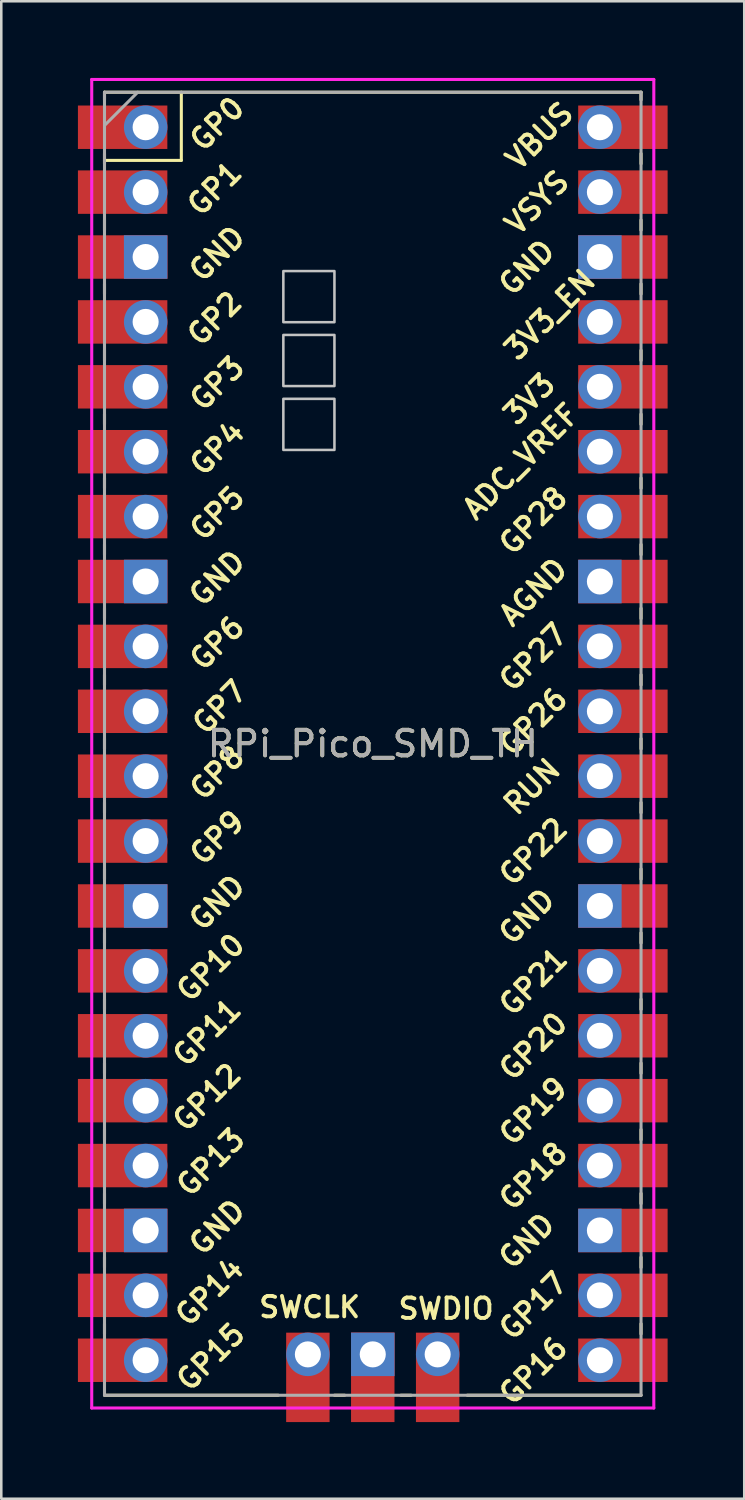
<source format=kicad_pcb>
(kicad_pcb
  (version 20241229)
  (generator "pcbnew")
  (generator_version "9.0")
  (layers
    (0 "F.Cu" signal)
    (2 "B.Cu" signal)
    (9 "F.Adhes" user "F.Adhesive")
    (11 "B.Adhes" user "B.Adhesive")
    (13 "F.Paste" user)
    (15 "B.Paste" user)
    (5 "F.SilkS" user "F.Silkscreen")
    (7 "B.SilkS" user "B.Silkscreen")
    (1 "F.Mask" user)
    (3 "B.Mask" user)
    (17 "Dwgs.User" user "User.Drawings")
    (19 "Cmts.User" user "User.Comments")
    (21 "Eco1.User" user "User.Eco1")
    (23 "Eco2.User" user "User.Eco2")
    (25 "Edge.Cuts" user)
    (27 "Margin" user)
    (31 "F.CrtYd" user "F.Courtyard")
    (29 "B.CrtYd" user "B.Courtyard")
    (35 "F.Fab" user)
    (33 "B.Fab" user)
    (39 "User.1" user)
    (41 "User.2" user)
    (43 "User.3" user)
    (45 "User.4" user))
  (footprint "RPi_Pico_SMD_TH"
    (layer "F.Cu")
    (at 11.54 26.06)
    (property "Reference" "RPi_Pico_SMD_TH" (at 0 0 180) (layer "F.SilkS") (effects (font (size 1 1) (thickness 0.15))))
    (attr through_hole)
    (fp_line (start -10.5 -25.5) (end -10.5 -25.2) (stroke (width 0.12) (type solid)) (layer "F.SilkS"))
    (fp_line (start -10.5 -25.5) (end 10.5 -25.5) (stroke (width 0.12) (type solid)) (layer "F.SilkS"))
    (fp_line (start -10.5 -23.1) (end -10.5 -22.7) (stroke (width 0.12) (type solid)) (layer "F.SilkS"))
    (fp_line (start -10.5 -22.833) (end -7.493 -22.833) (stroke (width 0.12) (type solid)) (layer "F.SilkS"))
    (fp_line (start -10.5 -20.5) (end -10.5 -20.1) (stroke (width 0.12) (type solid)) (layer "F.SilkS"))
    (fp_line (start -10.5 -18) (end -10.5 -17.6) (stroke (width 0.12) (type solid)) (layer "F.SilkS"))
    (fp_line (start -10.5 -15.4) (end -10.5 -15) (stroke (width 0.12) (type solid)) (layer "F.SilkS"))
    (fp_line (start -10.5 -12.9) (end -10.5 -12.5) (stroke (width 0.12) (type solid)) (layer "F.SilkS"))
    (fp_line (start -10.5 -10.4) (end -10.5 -10) (stroke (width 0.12) (type solid)) (layer "F.SilkS"))
    (fp_line (start -10.5 -7.8) (end -10.5 -7.4) (stroke (width 0.12) (type solid)) (layer "F.SilkS"))
    (fp_line (start -10.5 -5.3) (end -10.5 -4.9) (stroke (width 0.12) (type solid)) (layer "F.SilkS"))
    (fp_line (start -10.5 -2.7) (end -10.5 -2.3) (stroke (width 0.12) (type solid)) (layer "F.SilkS"))
    (fp_line (start -10.5 -0.2) (end -10.5 0.2) (stroke (width 0.12) (type solid)) (layer "F.SilkS"))
    (fp_line (start -10.5 2.3) (end -10.5 2.7) (stroke (width 0.12) (type solid)) (layer "F.SilkS"))
    (fp_line (start -10.5 4.9) (end -10.5 5.3) (stroke (width 0.12) (type solid)) (layer "F.SilkS"))
    (fp_line (start -10.5 7.4) (end -10.5 7.8) (stroke (width 0.12) (type solid)) (layer "F.SilkS"))
    (fp_line (start -10.5 10) (end -10.5 10.4) (stroke (width 0.12) (type solid)) (layer "F.SilkS"))
    (fp_line (start -10.5 12.5) (end -10.5 12.9) (stroke (width 0.12) (type solid)) (layer "F.SilkS"))
    (fp_line (start -10.5 15.1) (end -10.5 15.5) (stroke (width 0.12) (type solid)) (layer "F.SilkS"))
    (fp_line (start -10.5 17.6) (end -10.5 18) (stroke (width 0.12) (type solid)) (layer "F.SilkS"))
    (fp_line (start -10.5 20.1) (end -10.5 20.5) (stroke (width 0.12) (type solid)) (layer "F.SilkS"))
    (fp_line (start -10.5 22.7) (end -10.5 23.1) (stroke (width 0.12) (type solid)) (layer "F.SilkS"))
    (fp_line (start -7.493 -22.833) (end -7.493 -25.5) (stroke (width 0.12) (type solid)) (layer "F.SilkS"))
    (fp_line (start -3.7 25.5) (end -10.5 25.5) (stroke (width 0.12) (type solid)) (layer "F.SilkS"))
    (fp_line (start -1.5 25.5) (end -1.1 25.5) (stroke (width 0.12) (type solid)) (layer "F.SilkS"))
    (fp_line (start 1.1 25.5) (end 1.5 25.5) (stroke (width 0.12) (type solid)) (layer "F.SilkS"))
    (fp_line (start 10.5 -25.5) (end 10.5 -25.2) (stroke (width 0.12) (type solid)) (layer "F.SilkS"))
    (fp_line (start 10.5 -23.1) (end 10.5 -22.7) (stroke (width 0.12) (type solid)) (layer "F.SilkS"))
    (fp_line (start 10.5 -20.5) (end 10.5 -20.1) (stroke (width 0.12) (type solid)) (layer "F.SilkS"))
    (fp_line (start 10.5 -18) (end 10.5 -17.6) (stroke (width 0.12) (type solid)) (layer "F.SilkS"))
    (fp_line (start 10.5 -15.4) (end 10.5 -15) (stroke (width 0.12) (type solid)) (layer "F.SilkS"))
    (fp_line (start 10.5 -12.9) (end 10.5 -12.5) (stroke (width 0.12) (type solid)) (layer "F.SilkS"))
    (fp_line (start 10.5 -10.4) (end 10.5 -10) (stroke (width 0.12) (type solid)) (layer "F.SilkS"))
    (fp_line (start 10.5 -7.8) (end 10.5 -7.4) (stroke (width 0.12) (type solid)) (layer "F.SilkS"))
    (fp_line (start 10.5 -5.3) (end 10.5 -4.9) (stroke (width 0.12) (type solid)) (layer "F.SilkS"))
    (fp_line (start 10.5 -2.7) (end 10.5 -2.3) (stroke (width 0.12) (type solid)) (layer "F.SilkS"))
    (fp_line (start 10.5 -0.2) (end 10.5 0.2) (stroke (width 0.12) (type solid)) (layer "F.SilkS"))
    (fp_line (start 10.5 2.3) (end 10.5 2.7) (stroke (width 0.12) (type solid)) (layer "F.SilkS"))
    (fp_line (start 10.5 4.9) (end 10.5 5.3) (stroke (width 0.12) (type solid)) (layer "F.SilkS"))
    (fp_line (start 10.5 7.4) (end 10.5 7.8) (stroke (width 0.12) (type solid)) (layer "F.SilkS"))
    (fp_line (start 10.5 10) (end 10.5 10.4) (stroke (width 0.12) (type solid)) (layer "F.SilkS"))
    (fp_line (start 10.5 12.5) (end 10.5 12.9) (stroke (width 0.12) (type solid)) (layer "F.SilkS"))
    (fp_line (start 10.5 15.1) (end 10.5 15.5) (stroke (width 0.12) (type solid)) (layer "F.SilkS"))
    (fp_line (start 10.5 17.6) (end 10.5 18) (stroke (width 0.12) (type solid)) (layer "F.SilkS"))
    (fp_line (start 10.5 20.1) (end 10.5 20.5) (stroke (width 0.12) (type solid)) (layer "F.SilkS"))
    (fp_line (start 10.5 22.7) (end 10.5 23.1) (stroke (width 0.12) (type solid)) (layer "F.SilkS"))
    (fp_line (start 10.5 25.5) (end 3.7 25.5) (stroke (width 0.12) (type solid)) (layer "F.SilkS"))
    (fp_poly (pts (xy -1.5 -16.5) (xy -3.5 -16.5) (xy -3.5 -18.5) (xy -1.5 -18.5)) (stroke (width 0.1) (type solid)) (fill no) (layer "Dwgs.User"))
    (fp_poly (pts (xy -1.5 -14) (xy -3.5 -14) (xy -3.5 -16) (xy -1.5 -16)) (stroke (width 0.1) (type solid)) (fill no) (layer "Dwgs.User"))
    (fp_poly (pts (xy -1.5 -11.5) (xy -3.5 -11.5) (xy -3.5 -13.5) (xy -1.5 -13.5)) (stroke (width 0.1) (type solid)) (fill no) (layer "Dwgs.User"))
    (fp_line (start -11 -26) (end 11 -26) (stroke (width 0.12) (type solid)) (layer "F.CrtYd"))
    (fp_line (start -11 26) (end -11 -26) (stroke (width 0.12) (type solid)) (layer "F.CrtYd"))
    (fp_line (start 11 -26) (end 11 26) (stroke (width 0.12) (type solid)) (layer "F.CrtYd"))
    (fp_line (start 11 26) (end -11 26) (stroke (width 0.12) (type solid)) (layer "F.CrtYd"))
    (fp_line (start -10.5 -25.5) (end 10.5 -25.5) (stroke (width 0.12) (type solid)) (layer "F.Fab"))
    (fp_line (start -10.5 -24.2) (end -9.2 -25.5) (stroke (width 0.12) (type solid)) (layer "F.Fab"))
    (fp_line (start -10.5 25.5) (end -10.5 -25.5) (stroke (width 0.12) (type solid)) (layer "F.Fab"))
    (fp_line (start 10.5 -25.5) (end 10.5 25.5) (stroke (width 0.12) (type solid)) (layer "F.Fab"))
    (fp_line (start 10.5 25.5) (end -10.5 25.5) (stroke (width 0.12) (type solid)) (layer "F.Fab"))
    (fp_text user "GP20" (at 6.284 11.84 45) (layer "F.SilkS") (effects (font (size 0.8 0.8) (thickness 0.15))))
    (fp_text user "GP12" (at -6.49 13.84 45) (layer "F.SilkS") (effects (font (size 0.8 0.8) (thickness 0.15))))
    (fp_text user "VBUS" (at 6.53 -23.79 45) (layer "F.SilkS") (effects (font (size 0.8 0.8) (thickness 0.15))))
    (fp_text user "AGND" (at 6.284 -5.94 45) (layer "F.SilkS") (effects (font (size 0.8 0.8) (thickness 0.15))))
    (fp_text user "GND" (at 6.03 6.76 45) (layer "F.SilkS") (effects (font (size 0.8 0.8) (thickness 0.15))))
    (fp_text user "3V3" (at 6.13 -13.49 45) (layer "F.SilkS") (effects (font (size 0.8 0.8) (thickness 0.15))))
    (fp_text user "GP22" (at 6.284 4.22 45) (layer "F.SilkS") (effects (font (size 0.8 0.8) (thickness 0.15))))
    (fp_text user "SWCLK" (at -2.47 22.05 180) (layer "F.SilkS") (effects (font (size 0.8 0.8) (thickness 0.15))))
    (fp_text user "GND" (at -6.09 6.22 45) (layer "F.SilkS") (effects (font (size 0.8 0.8) (thickness 0.15))))
    (fp_text user "GND" (at -6.09 -6.48 45) (layer "F.SilkS") (effects (font (size 0.8 0.8) (thickness 0.15))))
    (fp_text user "GP15" (at -6.344 24 45) (layer "F.SilkS") (effects (font (size 0.8 0.8) (thickness 0.15))))
    (fp_text user "GP6" (at -6.09 -3.94 45) (layer "F.SilkS") (effects (font (size 0.8 0.8) (thickness 0.15))))
    (fp_text user "GP17" (at 6.284 22 45) (layer "F.SilkS") (effects (font (size 0.8 0.8) (thickness 0.15))))
    (fp_text user "GP0" (at -6.09 -24.26 45) (layer "F.SilkS") (effects (font (size 0.8 0.8) (thickness 0.15))))
    (fp_text user "GP9" (at -6.09 3.68 45) (layer "F.SilkS") (effects (font (size 0.8 0.8) (thickness 0.15))))
    (fp_text user "GP27" (at 6.284 -3.39 45) (layer "F.SilkS") (effects (font (size 0.8 0.8) (thickness 0.15))))
    (fp_text user "GP4" (at -6.09 -11.56 45) (layer "F.SilkS") (effects (font (size 0.8 0.8) (thickness 0.15))))
    (fp_text user "GP5" (at -6.09 -9.02 45) (layer "F.SilkS") (effects (font (size 0.8 0.8) (thickness 0.15))))
    (fp_text user "GP21" (at 6.284 9.31 45) (layer "F.SilkS") (effects (font (size 0.8 0.8) (thickness 0.15))))
    (fp_text user "3V3_EN" (at 6.93 -16.79 45) (layer "F.SilkS") (effects (font (size 0.8 0.8) (thickness 0.15))))
    (fp_text user "SWDIO" (at 2.87 22.11 180) (layer "F.SilkS") (effects (font (size 0.8 0.8) (thickness 0.15))))
    (fp_text user "GP19" (at 6.284 14.38 45) (layer "F.SilkS") (effects (font (size 0.8 0.8) (thickness 0.15))))
    (fp_text user "GP8" (at -6.09 1.14 45) (layer "F.SilkS") (effects (font (size 0.8 0.8) (thickness 0.15))))
    (fp_text user "GND" (at 6.03 19.46 45) (layer "F.SilkS") (effects (font (size 0.8 0.8) (thickness 0.15))))
    (fp_text user "GP13" (at -6.344 16.38 45) (layer "F.SilkS") (effects (font (size 0.8 0.8) (thickness 0.15))))
    (fp_text user "RUN" (at 6.23 1.68 45) (layer "F.SilkS") (effects (font (size 0.8 0.8) (thickness 0.15))))
    (fp_text user "GP16" (at 6.284 24.54 45) (layer "F.SilkS") (effects (font (size 0.8 0.8) (thickness 0.15))))
    (fp_text user "GP10" (at -6.344 8.76 45) (layer "F.SilkS") (effects (font (size 0.8 0.8) (thickness 0.15))))
    (fp_text user "GND" (at -6.09 18.92 45) (layer "F.SilkS") (effects (font (size 0.8 0.8) (thickness 0.15))))
    (fp_text user "ADC_VREF" (at 5.8 -11.05 45) (layer "F.SilkS") (effects (font (size 0.8 0.8) (thickness 0.15))))
    (fp_text user "GP28" (at 6.284 -8.734 45) (layer "F.SilkS") (effects (font (size 0.8 0.8) (thickness 0.15))))
    (fp_text user "GND" (at -6.09 -19.18 45) (layer "F.SilkS") (effects (font (size 0.8 0.8) (thickness 0.15))))
    (fp_text user "GP3" (at -6.09 -14.1 45) (layer "F.SilkS") (effects (font (size 0.8 0.8) (thickness 0.15))))
    (fp_text user "GP2" (at -6.19 -16.64 45) (layer "F.SilkS") (effects (font (size 0.8 0.8) (thickness 0.15))))
    (fp_text user "GP1" (at -6.19 -21.73 45) (layer "F.SilkS") (effects (font (size 0.8 0.8) (thickness 0.15))))
    (fp_text user "VSYS" (at 6.43 -21.18 45) (layer "F.SilkS") (effects (font (size 0.8 0.8) (thickness 0.15))))
    (fp_text user "GP11" (at -6.49 11.3 45) (layer "F.SilkS") (effects (font (size 0.8 0.8) (thickness 0.15))))
    (fp_text user "GP26" (at 6.284 -0.86 45) (layer "F.SilkS") (effects (font (size 0.8 0.8) (thickness 0.15))))
    (fp_text user "GP18" (at 6.284 16.92 45) (layer "F.SilkS") (effects (font (size 0.8 0.8) (thickness 0.15))))
    (fp_text user "GP7" (at -5.99 -1.43 45) (layer "F.SilkS") (effects (font (size 0.8 0.8) (thickness 0.15))))
    (fp_text user "GND" (at 6.03 -18.64 45) (layer "F.SilkS") (effects (font (size 0.8 0.8) (thickness 0.15))))
    (fp_text user "GP14" (at -6.39 21.46 45) (layer "F.SilkS") (effects (font (size 0.8 0.8) (thickness 0.15))))
    (fp_text user "${REFERENCE}" (at 0 0 0) (layer "F.Fab") (effects (font (size 1 1) (thickness 0.15))))
    (pad "1" thru_hole oval (at -8.89 -24.13) (size 1.7 1.7) (drill 1.02) (layers "*.Cu" "*.Mask"))
    (pad "1" smd rect (at -8.89 -24.13) (size 3.5 1.7) (drill (offset -0.9 0)) (layers "F.Cu" "F.Mask"))
    (pad "2" thru_hole oval (at -8.89 -21.59) (size 1.7 1.7) (drill 1.02) (layers "*.Cu" "*.Mask"))
    (pad "2" smd rect (at -8.89 -21.59) (size 3.5 1.7) (drill (offset -0.9 0)) (layers "F.Cu" "F.Mask"))
    (pad "3" thru_hole rect (at -8.89 -19.05) (size 1.7 1.7) (drill 1.02) (layers "*.Cu" "*.Mask"))
    (pad "3" smd rect (at -8.89 -19.05) (size 3.5 1.7) (drill (offset -0.9 0)) (layers "F.Cu" "F.Mask"))
    (pad "4" thru_hole oval (at -8.89 -16.51) (size 1.7 1.7) (drill 1.02) (layers "*.Cu" "*.Mask"))
    (pad "4" smd rect (at -8.89 -16.51) (size 3.5 1.7) (drill (offset -0.9 0)) (layers "F.Cu" "F.Mask"))
    (pad "5" thru_hole oval (at -8.89 -13.97) (size 1.7 1.7) (drill 1.02) (layers "*.Cu" "*.Mask"))
    (pad "5" smd rect (at -8.89 -13.97) (size 3.5 1.7) (drill (offset -0.9 0)) (layers "F.Cu" "F.Mask"))
    (pad "6" thru_hole oval (at -8.89 -11.43) (size 1.7 1.7) (drill 1.02) (layers "*.Cu" "*.Mask"))
    (pad "6" smd rect (at -8.89 -11.43) (size 3.5 1.7) (drill (offset -0.9 0)) (layers "F.Cu" "F.Mask"))
    (pad "7" thru_hole oval (at -8.89 -8.89) (size 1.7 1.7) (drill 1.02) (layers "*.Cu" "*.Mask"))
    (pad "7" smd rect (at -8.89 -8.89) (size 3.5 1.7) (drill (offset -0.9 0)) (layers "F.Cu" "F.Mask"))
    (pad "8" thru_hole rect (at -8.89 -6.35) (size 1.7 1.7) (drill 1.02) (layers "*.Cu" "*.Mask"))
    (pad "8" smd rect (at -8.89 -6.35) (size 3.5 1.7) (drill (offset -0.9 0)) (layers "F.Cu" "F.Mask"))
    (pad "9" thru_hole oval (at -8.89 -3.81) (size 1.7 1.7) (drill 1.02) (layers "*.Cu" "*.Mask"))
    (pad "9" smd rect (at -8.89 -3.81) (size 3.5 1.7) (drill (offset -0.9 0)) (layers "F.Cu" "F.Mask"))
    (pad "10" thru_hole oval (at -8.89 -1.27) (size 1.7 1.7) (drill 1.02) (layers "*.Cu" "*.Mask"))
    (pad "10" smd rect (at -8.89 -1.27) (size 3.5 1.7) (drill (offset -0.9 0)) (layers "F.Cu" "F.Mask"))
    (pad "11" thru_hole oval (at -8.89 1.27) (size 1.7 1.7) (drill 1.02) (layers "*.Cu" "*.Mask"))
    (pad "11" smd rect (at -8.89 1.27) (size 3.5 1.7) (drill (offset -0.9 0)) (layers "F.Cu" "F.Mask"))
    (pad "12" thru_hole oval (at -8.89 3.81) (size 1.7 1.7) (drill 1.02) (layers "*.Cu" "*.Mask"))
    (pad "12" smd rect (at -8.89 3.81) (size 3.5 1.7) (drill (offset -0.9 0)) (layers "F.Cu" "F.Mask"))
    (pad "13" thru_hole rect (at -8.89 6.35) (size 1.7 1.7) (drill 1.02) (layers "*.Cu" "*.Mask"))
    (pad "13" smd rect (at -8.89 6.35) (size 3.5 1.7) (drill (offset -0.9 0)) (layers "F.Cu" "F.Mask"))
    (pad "14" thru_hole oval (at -8.89 8.89) (size 1.7 1.7) (drill 1.02) (layers "*.Cu" "*.Mask"))
    (pad "14" smd rect (at -8.89 8.89) (size 3.5 1.7) (drill (offset -0.9 0)) (layers "F.Cu" "F.Mask"))
    (pad "15" thru_hole oval (at -8.89 11.43) (size 1.7 1.7) (drill 1.02) (layers "*.Cu" "*.Mask"))
    (pad "15" smd rect (at -8.89 11.43) (size 3.5 1.7) (drill (offset -0.9 0)) (layers "F.Cu" "F.Mask"))
    (pad "16" thru_hole oval (at -8.89 13.97) (size 1.7 1.7) (drill 1.02) (layers "*.Cu" "*.Mask"))
    (pad "16" smd rect (at -8.89 13.97) (size 3.5 1.7) (drill (offset -0.9 0)) (layers "F.Cu" "F.Mask"))
    (pad "17" thru_hole oval (at -8.89 16.51) (size 1.7 1.7) (drill 1.02) (layers "*.Cu" "*.Mask"))
    (pad "17" smd rect (at -8.89 16.51) (size 3.5 1.7) (drill (offset -0.9 0)) (layers "F.Cu" "F.Mask"))
    (pad "18" thru_hole rect (at -8.89 19.05) (size 1.7 1.7) (drill 1.02) (layers "*.Cu" "*.Mask"))
    (pad "18" smd rect (at -8.89 19.05) (size 3.5 1.7) (drill (offset -0.9 0)) (layers "F.Cu" "F.Mask"))
    (pad "19" thru_hole oval (at -8.89 21.59) (size 1.7 1.7) (drill 1.02) (layers "*.Cu" "*.Mask"))
    (pad "19" smd rect (at -8.89 21.59) (size 3.5 1.7) (drill (offset -0.9 0)) (layers "F.Cu" "F.Mask"))
    (pad "20" thru_hole oval (at -8.89 24.13) (size 1.7 1.7) (drill 1.02) (layers "*.Cu" "*.Mask"))
    (pad "20" smd rect (at -8.89 24.13) (size 3.5 1.7) (drill (offset -0.9 0)) (layers "F.Cu" "F.Mask"))
    (pad "21" thru_hole oval (at 8.89 24.13) (size 1.7 1.7) (drill 1.02) (layers "*.Cu" "*.Mask"))
    (pad "21" smd rect (at 8.89 24.13) (size 3.5 1.7) (drill (offset 0.9 0)) (layers "F.Cu" "F.Mask"))
    (pad "22" thru_hole oval (at 8.89 21.59) (size 1.7 1.7) (drill 1.02) (layers "*.Cu" "*.Mask"))
    (pad "22" smd rect (at 8.89 21.59) (size 3.5 1.7) (drill (offset 0.9 0)) (layers "F.Cu" "F.Mask"))
    (pad "23" thru_hole rect (at 8.89 19.05) (size 1.7 1.7) (drill 1.02) (layers "*.Cu" "*.Mask"))
    (pad "23" smd rect (at 8.89 19.05) (size 3.5 1.7) (drill (offset 0.9 0)) (layers "F.Cu" "F.Mask"))
    (pad "24" thru_hole oval (at 8.89 16.51) (size 1.7 1.7) (drill 1.02) (layers "*.Cu" "*.Mask"))
    (pad "24" smd rect (at 8.89 16.51) (size 3.5 1.7) (drill (offset 0.9 0)) (layers "F.Cu" "F.Mask"))
    (pad "25" thru_hole oval (at 8.89 13.97) (size 1.7 1.7) (drill 1.02) (layers "*.Cu" "*.Mask"))
    (pad "25" smd rect (at 8.89 13.97) (size 3.5 1.7) (drill (offset 0.9 0)) (layers "F.Cu" "F.Mask"))
    (pad "26" thru_hole oval (at 8.89 11.43) (size 1.7 1.7) (drill 1.02) (layers "*.Cu" "*.Mask"))
    (pad "26" smd rect (at 8.89 11.43) (size 3.5 1.7) (drill (offset 0.9 0)) (layers "F.Cu" "F.Mask"))
    (pad "27" thru_hole oval (at 8.89 8.89) (size 1.7 1.7) (drill 1.02) (layers "*.Cu" "*.Mask"))
    (pad "27" smd rect (at 8.89 8.89) (size 3.5 1.7) (drill (offset 0.9 0)) (layers "F.Cu" "F.Mask"))
    (pad "28" thru_hole rect (at 8.89 6.35) (size 1.7 1.7) (drill 1.02) (layers "*.Cu" "*.Mask"))
    (pad "28" smd rect (at 8.89 6.35) (size 3.5 1.7) (drill (offset 0.9 0)) (layers "F.Cu" "F.Mask"))
    (pad "29" thru_hole oval (at 8.89 3.81) (size 1.7 1.7) (drill 1.02) (layers "*.Cu" "*.Mask"))
    (pad "29" smd rect (at 8.89 3.81) (size 3.5 1.7) (drill (offset 0.9 0)) (layers "F.Cu" "F.Mask"))
    (pad "30" thru_hole oval (at 8.89 1.27) (size 1.7 1.7) (drill 1.02) (layers "*.Cu" "*.Mask"))
    (pad "30" smd rect (at 8.89 1.27) (size 3.5 1.7) (drill (offset 0.9 0)) (layers "F.Cu" "F.Mask"))
    (pad "31" thru_hole oval (at 8.89 -1.27) (size 1.7 1.7) (drill 1.02) (layers "*.Cu" "*.Mask"))
    (pad "31" smd rect (at 8.89 -1.27) (size 3.5 1.7) (drill (offset 0.9 0)) (layers "F.Cu" "F.Mask"))
    (pad "32" thru_hole oval (at 8.89 -3.81) (size 1.7 1.7) (drill 1.02) (layers "*.Cu" "*.Mask"))
    (pad "32" smd rect (at 8.89 -3.81) (size 3.5 1.7) (drill (offset 0.9 0)) (layers "F.Cu" "F.Mask"))
    (pad "33" thru_hole rect (at 8.89 -6.35) (size 1.7 1.7) (drill 1.02) (layers "*.Cu" "*.Mask"))
    (pad "33" smd rect (at 8.89 -6.35) (size 3.5 1.7) (drill (offset 0.9 0)) (layers "F.Cu" "F.Mask"))
    (pad "34" thru_hole oval (at 8.89 -8.89) (size 1.7 1.7) (drill 1.02) (layers "*.Cu" "*.Mask"))
    (pad "34" smd rect (at 8.89 -8.89) (size 3.5 1.7) (drill (offset 0.9 0)) (layers "F.Cu" "F.Mask"))
    (pad "35" thru_hole oval (at 8.89 -11.43) (size 1.7 1.7) (drill 1.02) (layers "*.Cu" "*.Mask"))
    (pad "35" smd rect (at 8.89 -11.43) (size 3.5 1.7) (drill (offset 0.9 0)) (layers "F.Cu" "F.Mask"))
    (pad "36" thru_hole oval (at 8.89 -13.97) (size 1.7 1.7) (drill 1.02) (layers "*.Cu" "*.Mask"))
    (pad "36" smd rect (at 8.89 -13.97) (size 3.5 1.7) (drill (offset 0.9 0)) (layers "F.Cu" "F.Mask"))
    (pad "37" thru_hole oval (at 8.89 -16.51) (size 1.7 1.7) (drill 1.02) (layers "*.Cu" "*.Mask"))
    (pad "37" smd rect (at 8.89 -16.51) (size 3.5 1.7) (drill (offset 0.9 0)) (layers "F.Cu" "F.Mask"))
    (pad "38" thru_hole rect (at 8.89 -19.05) (size 1.7 1.7) (drill 1.02) (layers "*.Cu" "*.Mask"))
    (pad "38" smd rect (at 8.89 -19.05) (size 3.5 1.7) (drill (offset 0.9 0)) (layers "F.Cu" "F.Mask"))
    (pad "39" thru_hole oval (at 8.89 -21.59) (size 1.7 1.7) (drill 1.02) (layers "*.Cu" "*.Mask"))
    (pad "39" smd rect (at 8.89 -21.59) (size 3.5 1.7) (drill (offset 0.9 0)) (layers "F.Cu" "F.Mask"))
    (pad "40" thru_hole oval (at 8.89 -24.13) (size 1.7 1.7) (drill 1.02) (layers "*.Cu" "*.Mask"))
    (pad "40" smd rect (at 8.89 -24.13) (size 3.5 1.7) (drill (offset 0.9 0)) (layers "F.Cu" "F.Mask"))
    (pad "41" thru_hole oval (at -2.54 23.9) (size 1.7 1.7) (drill 1.02) (layers "*.Cu" "*.Mask"))
    (pad "41" smd rect (at -2.54 23.9 90) (size 3.5 1.7) (drill (offset -0.9 0)) (layers "F.Cu" "F.Mask"))
    (pad "42" thru_hole rect (at 0 23.9) (size 1.7 1.7) (drill 1.02) (layers "*.Cu" "*.Mask"))
    (pad "42" smd rect (at 0 23.9 90) (size 3.5 1.7) (drill (offset -0.9 0)) (layers "F.Cu" "F.Mask"))
    (pad "43" thru_hole oval (at 2.54 23.9) (size 1.7 1.7) (drill 1.02) (layers "*.Cu" "*.Mask"))
    (pad "43" smd rect (at 2.54 23.9 90) (size 3.5 1.7) (drill (offset -0.9 0)) (layers "F.Cu" "F.Mask")))
  (gr_rect
    (start -3 -3)
    (end 26.08 55.61)
    (stroke (width 0.1) (type default))
    (fill no)
    (layer "Edge.Cuts")))
</source>
